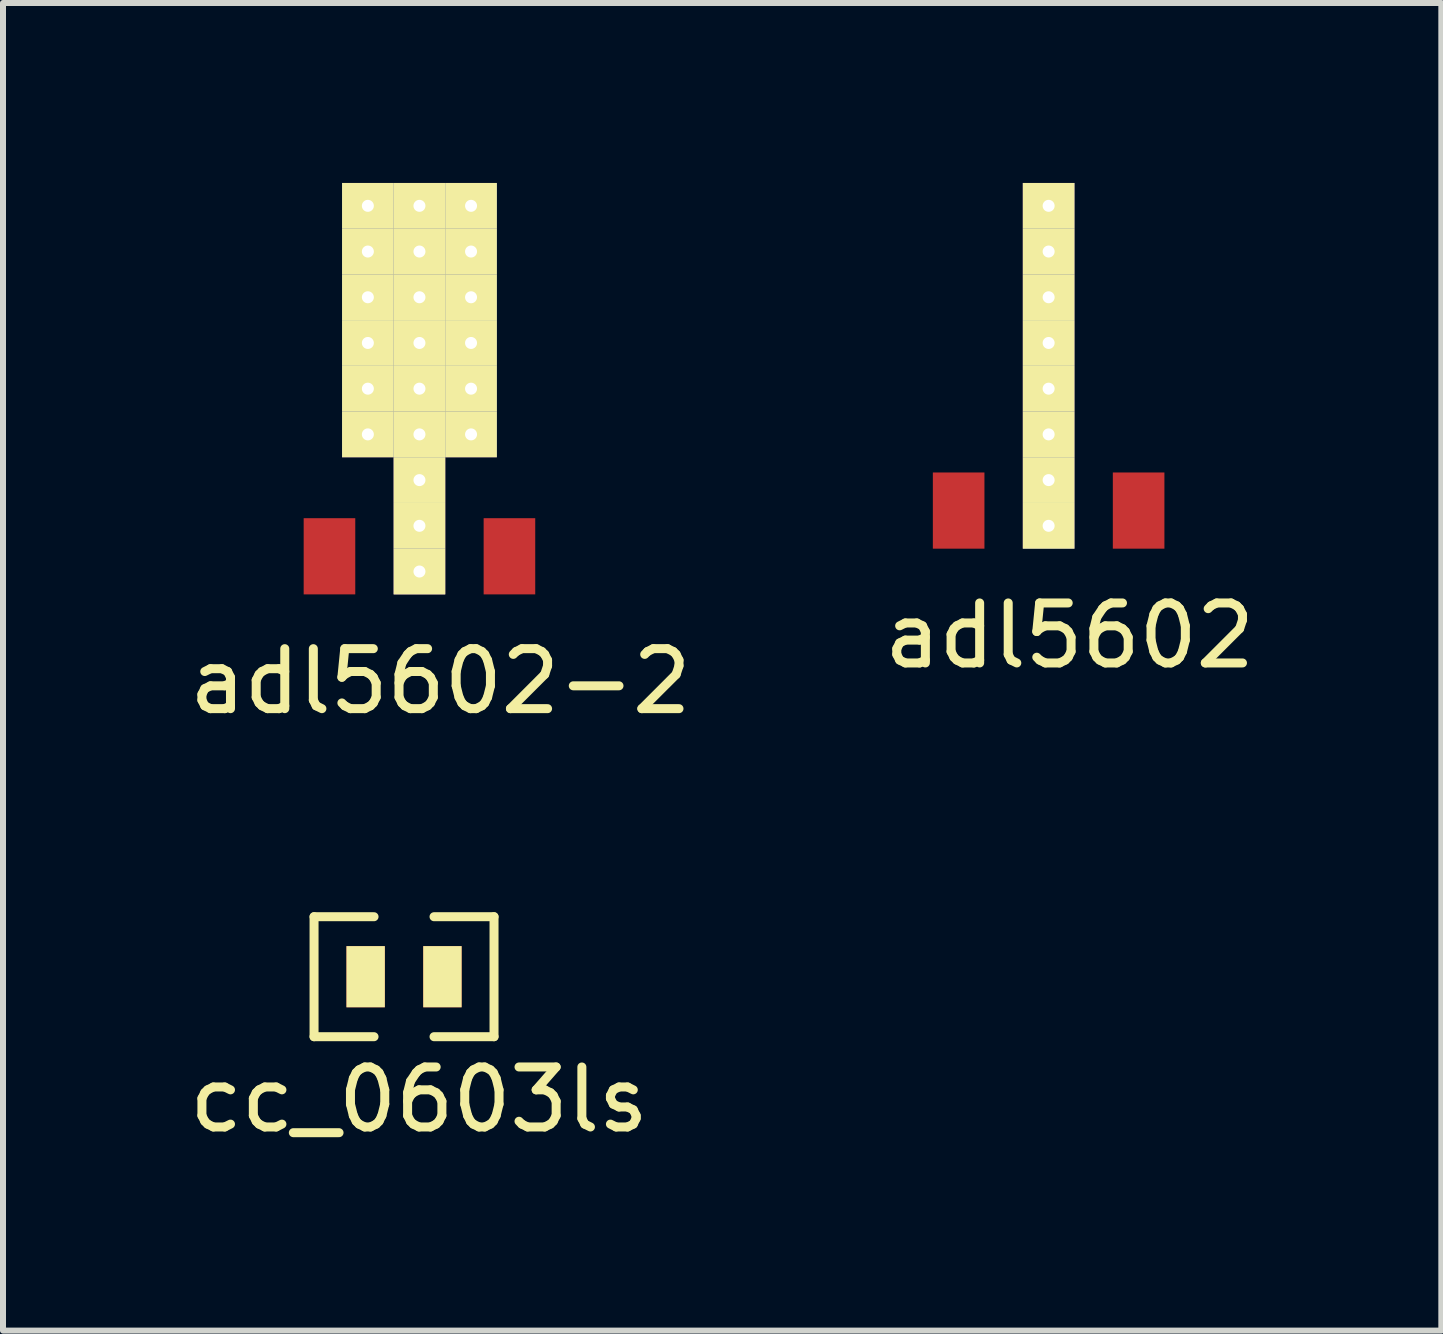
<source format=kicad_pcb>
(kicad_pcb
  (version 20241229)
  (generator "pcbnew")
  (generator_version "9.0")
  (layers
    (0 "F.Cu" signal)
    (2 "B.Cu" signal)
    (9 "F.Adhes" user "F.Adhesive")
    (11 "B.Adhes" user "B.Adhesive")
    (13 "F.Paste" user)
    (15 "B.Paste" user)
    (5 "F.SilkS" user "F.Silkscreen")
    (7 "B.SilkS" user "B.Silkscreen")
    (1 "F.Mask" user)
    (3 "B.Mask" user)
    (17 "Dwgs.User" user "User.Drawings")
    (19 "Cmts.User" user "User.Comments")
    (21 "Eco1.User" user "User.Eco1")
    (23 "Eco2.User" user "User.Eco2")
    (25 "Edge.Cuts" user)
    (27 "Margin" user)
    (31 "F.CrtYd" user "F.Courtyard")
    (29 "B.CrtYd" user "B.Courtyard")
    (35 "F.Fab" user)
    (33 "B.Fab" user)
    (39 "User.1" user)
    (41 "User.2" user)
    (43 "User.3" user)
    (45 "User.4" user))
  (footprint "adl5602"
    (layer "F.Cu")
    (at 14.43 6.096)
    (property "Reference" "adl5602" (at 0.35 1.45 0) (layer "F.SilkS") (effects (font (size 1 1) (thickness 0.15))))
    (attr through_hole)
    (fp_line (start 0 0) (end 0 -5.4) (stroke (width 0.15) (type solid)) (layer "F.Mask"))
    (pad "1" thru_hole rect (at 0 -0.381) (size 0.86 0.762) (drill 0.2) (layers "*.Cu" "*.Mask" "F.SilkS"))
    (pad "2" thru_hole rect (at 0 -1.143) (size 0.86 0.762) (drill 0.2) (layers "*.Cu" "*.Mask" "F.SilkS"))
    (pad "2" smd rect (at 1.5 -0.635) (size 0.86 1.27) (layers "F.Cu" "F.Mask" "F.Paste"))
    (pad "3" smd rect (at -1.5 -0.635) (size 0.86 1.27) (layers "F.Cu" "F.Mask" "F.Paste"))
    (pad "3" thru_hole rect (at 0 -1.905) (size 0.86 0.762) (drill 0.2) (layers "*.Cu" "*.Mask" "F.SilkS"))
    (pad "4" thru_hole rect (at 0 -2.667) (size 0.86 0.762) (drill 0.2) (layers "*.Cu" "*.Mask" "F.SilkS"))
    (pad "5" thru_hole rect (at 0 -3.429) (size 0.86 0.762) (drill 0.2) (layers "*.Cu" "*.Mask" "F.SilkS"))
    (pad "6" thru_hole rect (at 0 -4.191) (size 0.86 0.762) (drill 0.2) (layers "*.Cu" "*.Mask" "F.SilkS"))
    (pad "7" thru_hole rect (at 0 -4.953) (size 0.86 0.762) (drill 0.2) (layers "*.Cu" "*.Mask" "F.SilkS"))
    (pad "8" thru_hole rect (at 0 -5.715) (size 0.86 0.762) (drill 0.2) (layers "*.Cu" "*.Mask" "F.SilkS")))
  (footprint "cc_0603ls"
    (layer "F.Cu")
    (at 3.685 13.231)
    (property "Reference" "cc_0603ls" (at 0.25 2.05 0) (layer "F.SilkS") (effects (font (size 1 1) (thickness 0.15))))
    (attr through_hole)
    (fp_line (start -1.5 -1) (end -1.5 1) (stroke (width 0.15) (type solid)) (layer "F.SilkS"))
    (fp_line (start -1.5 -1) (end -0.5 -1) (stroke (width 0.15) (type solid)) (layer "F.SilkS"))
    (fp_line (start -1.5 1) (end -0.5 1) (stroke (width 0.15) (type solid)) (layer "F.SilkS"))
    (fp_line (start 1.5 -1) (end 0.5 -1) (stroke (width 0.15) (type solid)) (layer "F.SilkS"))
    (fp_line (start 1.5 -1) (end 1.5 1) (stroke (width 0.15) (type solid)) (layer "F.SilkS"))
    (fp_line (start 1.5 1) (end 0.5 1) (stroke (width 0.15) (type solid)) (layer "F.SilkS"))
    (pad "1" smd rect (at -0.64 0) (size 0.64 1.02) (layers "F.Cu" "F.Mask" "F.SilkS" "F.Paste"))
    (pad "2" smd rect (at 0.64 0) (size 0.64 1.02) (layers "F.Cu" "F.Mask" "F.SilkS" "F.Paste")))
  (footprint "adl5602-2"
    (layer "F.Cu")
    (at 3.942 6.858)
    (property "Reference" "adl5602-2" (at 0.35 1.45 0) (layer "F.SilkS") (effects (font (size 1 1) (thickness 0.15))))
    (attr through_hole)
    (fp_line (start 0 0) (end 0 -5.4) (stroke (width 0.15) (type solid)) (layer "F.Mask"))
    (pad "1" smd rect (at -1.5 -0.635) (size 0.86 1.27) (layers "F.Cu" "F.Mask" "F.Paste"))
    (pad "2" thru_hole rect (at -0.86 -6.477) (size 0.86 0.762) (drill 0.2) (layers "*.Cu" "*.Mask" "F.SilkS"))
    (pad "2" thru_hole rect (at -0.86 -5.715) (size 0.86 0.762) (drill 0.2) (layers "*.Cu" "*.Mask" "F.SilkS"))
    (pad "2" thru_hole rect (at -0.86 -4.953) (size 0.86 0.762) (drill 0.2) (layers "*.Cu" "*.Mask" "F.SilkS"))
    (pad "2" thru_hole rect (at -0.86 -4.191) (size 0.86 0.762) (drill 0.2) (layers "*.Cu" "*.Mask" "F.SilkS"))
    (pad "2" thru_hole rect (at -0.86 -3.429) (size 0.86 0.762) (drill 0.2) (layers "*.Cu" "*.Mask" "F.SilkS"))
    (pad "2" thru_hole rect (at -0.86 -2.667) (size 0.86 0.762) (drill 0.2) (layers "*.Cu" "*.Mask" "F.SilkS"))
    (pad "2" thru_hole rect (at 0 -6.477) (size 0.86 0.762) (drill 0.2) (layers "*.Cu" "*.Mask" "F.SilkS"))
    (pad "2" thru_hole rect (at 0 -5.715) (size 0.86 0.762) (drill 0.2) (layers "*.Cu" "*.Mask" "F.SilkS"))
    (pad "2" thru_hole rect (at 0 -4.953) (size 0.86 0.762) (drill 0.2) (layers "*.Cu" "*.Mask" "F.SilkS"))
    (pad "2" thru_hole rect (at 0 -4.191) (size 0.86 0.762) (drill 0.2) (layers "*.Cu" "*.Mask" "F.SilkS"))
    (pad "2" thru_hole rect (at 0 -3.429) (size 0.86 0.762) (drill 0.2) (layers "*.Cu" "*.Mask" "F.SilkS"))
    (pad "2" thru_hole rect (at 0 -2.667) (size 0.86 0.762) (drill 0.2) (layers "*.Cu" "*.Mask" "F.SilkS"))
    (pad "2" thru_hole rect (at 0 -1.905) (size 0.86 0.762) (drill 0.2) (layers "*.Cu" "*.Mask" "F.SilkS"))
    (pad "2" thru_hole rect (at 0 -1.143) (size 0.86 0.762) (drill 0.2) (layers "*.Cu" "*.Mask" "F.SilkS"))
    (pad "2" thru_hole rect (at 0 -0.381) (size 0.86 0.762) (drill 0.2) (layers "*.Cu" "*.Mask" "F.SilkS"))
    (pad "2" thru_hole rect (at 0.86 -6.477) (size 0.86 0.762) (drill 0.2) (layers "*.Cu" "*.Mask" "F.SilkS"))
    (pad "2" thru_hole rect (at 0.86 -5.715) (size 0.86 0.762) (drill 0.2) (layers "*.Cu" "*.Mask" "F.SilkS"))
    (pad "2" thru_hole rect (at 0.86 -4.953) (size 0.86 0.762) (drill 0.2) (layers "*.Cu" "*.Mask" "F.SilkS"))
    (pad "2" thru_hole rect (at 0.86 -4.191) (size 0.86 0.762) (drill 0.2) (layers "*.Cu" "*.Mask" "F.SilkS"))
    (pad "2" thru_hole rect (at 0.86 -3.429) (size 0.86 0.762) (drill 0.2) (layers "*.Cu" "*.Mask" "F.SilkS"))
    (pad "2" thru_hole rect (at 0.86 -2.667) (size 0.86 0.762) (drill 0.2) (layers "*.Cu" "*.Mask" "F.SilkS"))
    (pad "3" smd rect (at 1.5 -0.635) (size 0.86 1.27) (layers "F.Cu" "F.Mask" "F.Paste")))
  (gr_rect
    (start -3 -3)
    (end 20.976 19.13)
    (stroke (width 0.1) (type default))
    (fill no)
    (layer "Edge.Cuts")))
</source>
